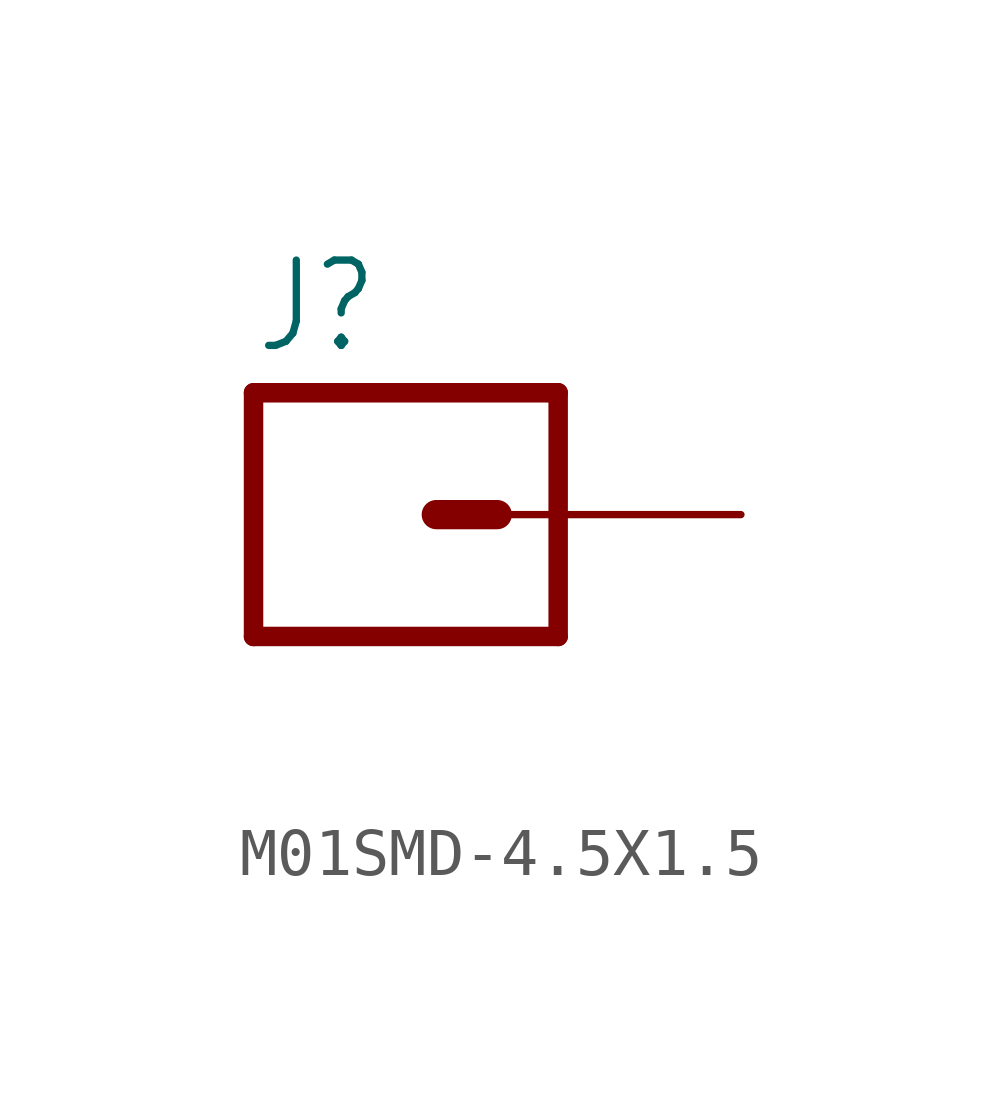
<source format=kicad_sym>
(kicad_symbol_lib
  (version 20231120)
  (generator "kicad_symbol_editor")
  (generator_version "8.0")
  (symbol "M01SMD-4.5X1.5"
    (property "Reference" "J"
      (at -2.54 3.302 0)
      (effects (font (size 1.778 1.511)) (justify left bottom)))
    (property "Value" ""
      (at -2.54 -5.08 0)
      (effects (font (size 1.778 1.511)) (justify left bottom)))
    (property "ki_locked" ""
      (at 0 0 0)
      (effects (font (size 1.27 1.27))))
    (symbol "M01SMD-4.5X1.5_1_0"
      (polyline (pts (xy -2.54 2.54) (xy -2.54 -2.54)) (stroke (width 0.406) (type solid)) (fill (type none)))
      (polyline (pts (xy -2.54 2.54) (xy 3.81 2.54)) (stroke (width 0.406) (type solid)) (fill (type none)))
      (polyline (pts (xy 1.27 0) (xy 2.54 0)) (stroke (width 0.61) (type solid)) (fill (type none)))
      (polyline (pts (xy 3.81 -2.54) (xy -2.54 -2.54)) (stroke (width 0.406) (type solid)) (fill (type none)))
      (polyline (pts (xy 3.81 -2.54) (xy 3.81 2.54)) (stroke (width 0.406) (type solid)) (fill (type none)))
      (pin passive line (at 7.62 0 180) (length 5.08) (name "1" (effects (font (size 0 0)))) (number "P$1" (effects (font (size 0 0))))))))
</source>
